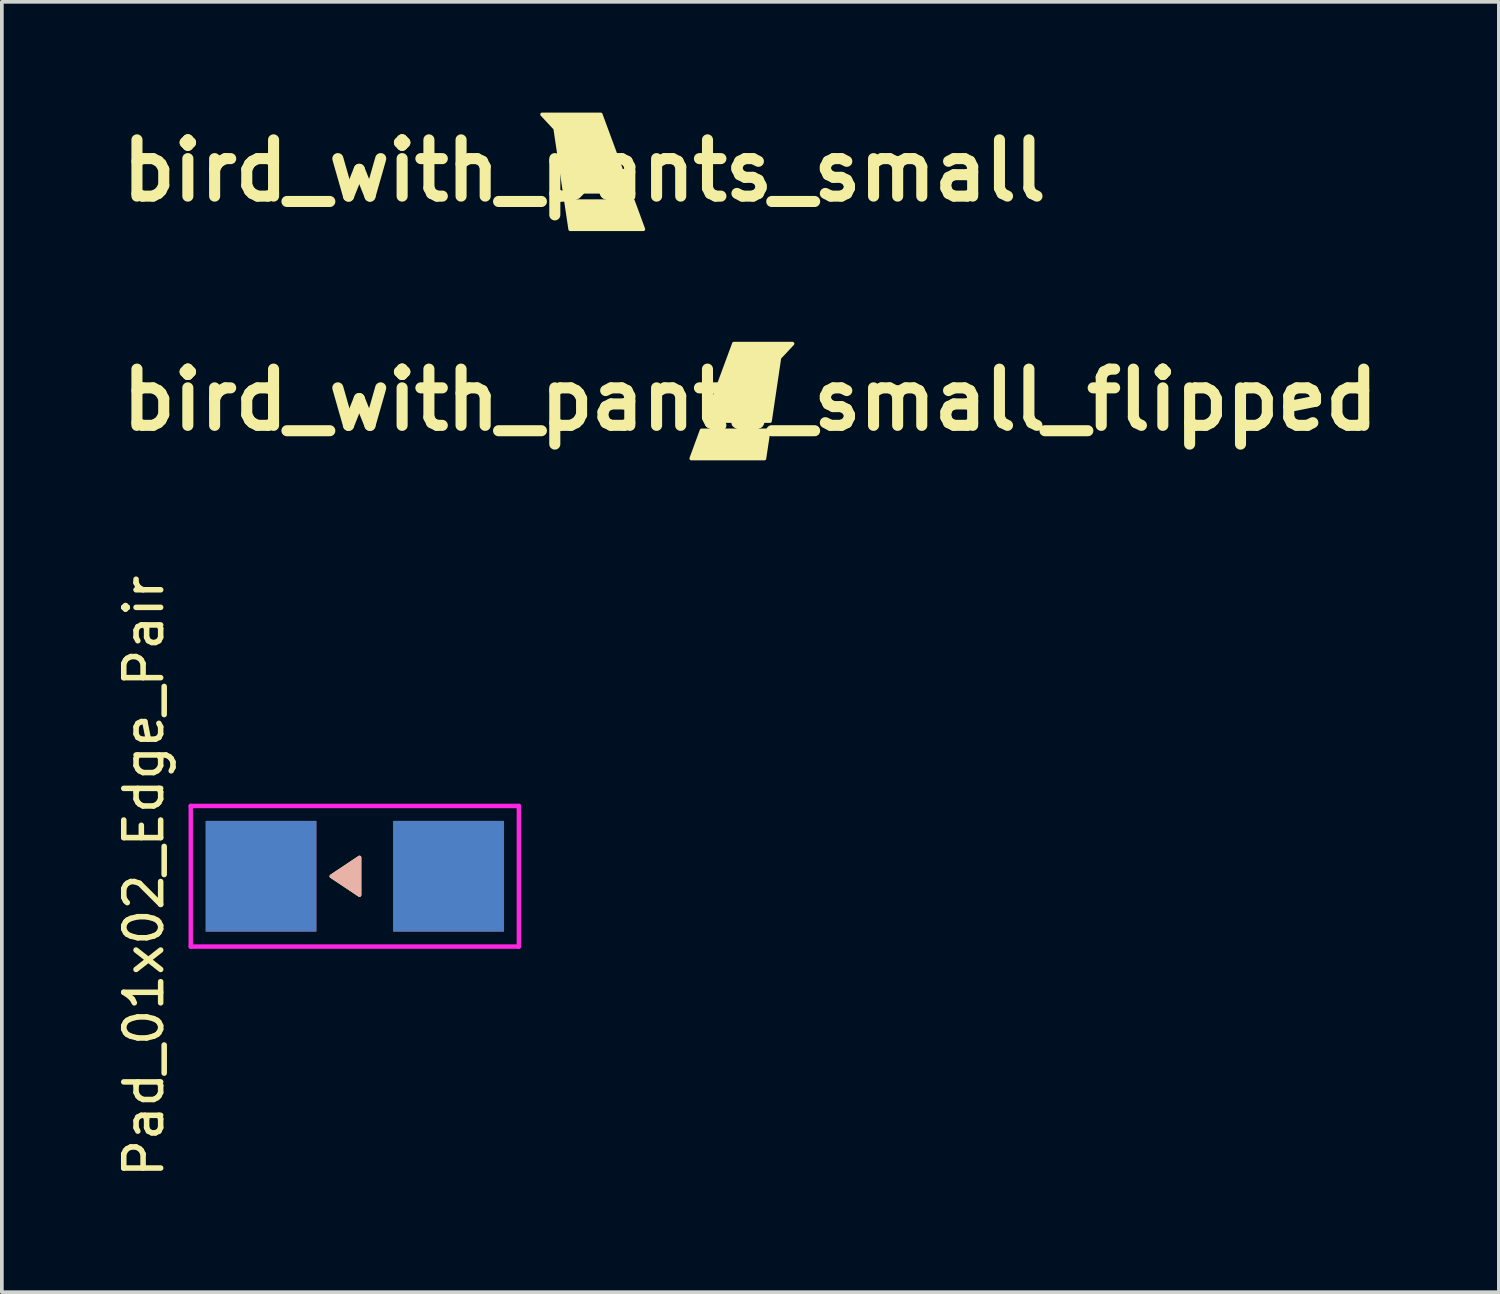
<source format=kicad_pcb>
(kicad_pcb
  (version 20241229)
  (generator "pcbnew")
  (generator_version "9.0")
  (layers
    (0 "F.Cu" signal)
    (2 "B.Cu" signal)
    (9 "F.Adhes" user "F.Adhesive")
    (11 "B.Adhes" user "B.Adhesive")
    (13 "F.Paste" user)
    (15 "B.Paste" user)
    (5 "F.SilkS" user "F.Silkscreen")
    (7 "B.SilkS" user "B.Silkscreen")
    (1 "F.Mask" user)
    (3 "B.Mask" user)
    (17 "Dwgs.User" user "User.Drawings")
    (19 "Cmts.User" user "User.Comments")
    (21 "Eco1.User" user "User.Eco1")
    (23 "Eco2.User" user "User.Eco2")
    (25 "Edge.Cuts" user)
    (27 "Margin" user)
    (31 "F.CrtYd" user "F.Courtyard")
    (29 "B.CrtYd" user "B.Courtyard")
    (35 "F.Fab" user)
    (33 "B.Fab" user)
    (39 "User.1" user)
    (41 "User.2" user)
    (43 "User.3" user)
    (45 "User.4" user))
  (footprint "Pad_01x02_Edge_Pair"
    (layer "F.Cu")
    (at 4.023 20.691)
    (property "Reference" "Pad_01x02_Edge_Pair" (at -3.175 0 270) (layer "F.SilkS") (effects (font (size 1 1) (thickness 0.15))))
    (attr through_hole)
    (fp_poly (pts (xy 1.905 0) (xy 2.667 -0.508) (xy 2.667 0.508)) (stroke (width 0.1) (type solid)) (fill yes) (layer "F.SilkS"))
    (fp_poly (pts (xy 1.905 0) (xy 2.667 -0.508) (xy 2.667 0.508)) (stroke (width 0.1) (type solid)) (fill yes) (layer "B.SilkS"))
    (fp_line (start -1.905 -1.905) (end -1.905 1.905) (stroke (width 0.12) (type solid)) (layer "F.CrtYd"))
    (fp_line (start -1.905 1.905) (end 6.985 1.905) (stroke (width 0.12) (type solid)) (layer "F.CrtYd"))
    (fp_line (start 6.985 -1.905) (end -1.905 -1.905) (stroke (width 0.12) (type solid)) (layer "F.CrtYd"))
    (fp_line (start 6.985 1.905) (end 6.985 -1.905) (stroke (width 0.12) (type solid)) (layer "F.CrtYd"))
    (pad "1" smd rect (at 0 0) (size 3 3) (layers "F.Cu" "F.Mask"))
    (pad "1" smd rect (at 0 0) (size 3 3) (layers "B.Cu" "B.Mask"))
    (pad "2" smd rect (at 5.08 0) (size 3 3) (layers "F.Cu" "F.Mask"))
    (pad "2" smd rect (at 5.08 0) (size 3 3) (layers "B.Cu" "B.Mask")))
  (footprint "bird_with_pants_small_flipped"
    (layer "F.Cu")
    (at 17.279 7.785)
    (property "Reference" "bird_with_pants_small_flipped" (at 0 0 0) (layer "F.SilkS") (effects (font (size 1.524 1.524) (thickness 0.3))))
    (attr through_hole)
    (fp_poly (pts (xy 0.495 0.826) (xy -1.321 0.826) (xy -1.6 1.587) (xy 0.381 1.587)) (stroke (width 0.1) (type solid)) (fill yes) (layer "F.SilkS"))
    (fp_poly (pts (xy 1.143 -1.524) (xy -0.445 -1.524) (xy -1.219 0.572) (xy 0.533 0.572) (xy 0.787 -1.143)) (stroke (width 0.1) (type solid)) (fill yes) (layer "F.SilkS")))
  (footprint "bird_with_pants_small"
    (layer "F.Cu")
    (at 12.78 1.574)
    (property "Reference" "bird_with_pants_small" (at 0 0 0) (layer "F.SilkS") (effects (font (size 1.524 1.524) (thickness 0.3))))
    (attr through_hole)
    (fp_poly (pts (xy -0.495 0.826) (xy 1.321 0.826) (xy 1.6 1.587) (xy -0.381 1.587)) (stroke (width 0.1) (type solid)) (fill yes) (layer "F.SilkS"))
    (fp_poly (pts (xy -1.143 -1.524) (xy 0.445 -1.524) (xy 1.219 0.572) (xy -0.533 0.572) (xy -0.787 -1.143)) (stroke (width 0.1) (type solid)) (fill yes) (layer "F.SilkS")))
  (gr_rect
    (start -3 -3)
    (end 37.559 31.959)
    (stroke (width 0.1) (type default))
    (fill no)
    (layer "Edge.Cuts")))
</source>
